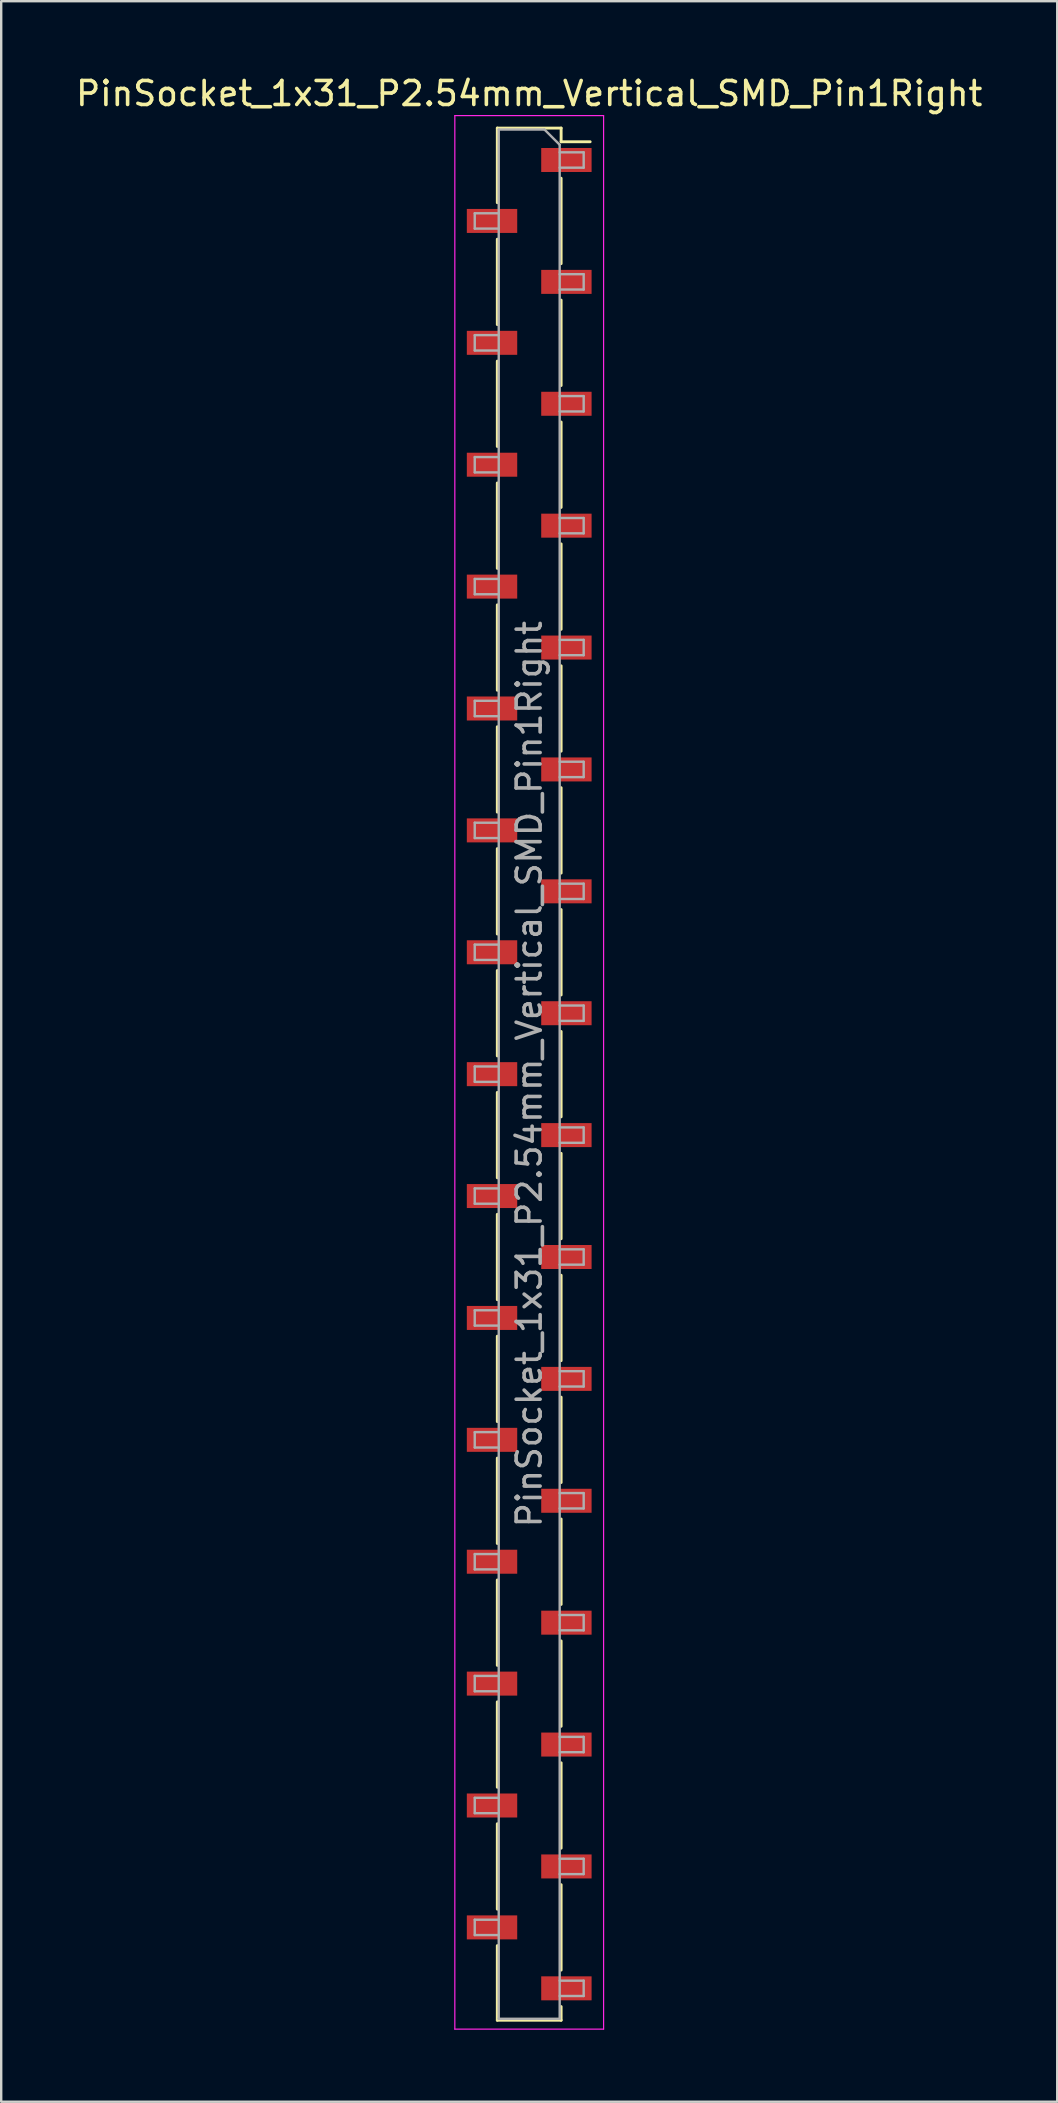
<source format=kicad_pcb>
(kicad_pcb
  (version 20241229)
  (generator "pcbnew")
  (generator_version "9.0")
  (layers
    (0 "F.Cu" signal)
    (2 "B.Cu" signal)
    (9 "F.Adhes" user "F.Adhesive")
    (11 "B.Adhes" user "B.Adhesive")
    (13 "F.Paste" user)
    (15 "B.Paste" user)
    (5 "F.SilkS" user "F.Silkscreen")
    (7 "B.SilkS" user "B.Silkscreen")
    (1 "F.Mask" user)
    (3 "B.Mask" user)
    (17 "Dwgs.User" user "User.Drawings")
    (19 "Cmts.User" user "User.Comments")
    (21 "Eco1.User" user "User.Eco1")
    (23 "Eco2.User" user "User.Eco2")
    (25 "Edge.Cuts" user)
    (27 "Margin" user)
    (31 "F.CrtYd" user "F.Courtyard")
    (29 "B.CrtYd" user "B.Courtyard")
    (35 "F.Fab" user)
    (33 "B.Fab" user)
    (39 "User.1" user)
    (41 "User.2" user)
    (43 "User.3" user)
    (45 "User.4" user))
  (footprint "PinSocket_1x31_P2.54mm_Vertical_SMD_Pin1Right"
    (layer "F.Cu")
    (at 19.006 41.718)
    (property "Reference" "PinSocket_1x31_P2.54mm_Vertical_SMD_Pin1Right" (at 0 -40.87 0) (layer "F.SilkS") (effects (font (size 1 1) (thickness 0.15))))
    (attr smd)
    (fp_line (start -1.33 -39.43) (end -1.33 -36.32) (stroke (width 0.12) (type solid)) (layer "F.SilkS"))
    (fp_line (start -1.33 -39.43) (end 1.33 -39.43) (stroke (width 0.12) (type solid)) (layer "F.SilkS"))
    (fp_line (start -1.33 -34.8) (end -1.33 -31.24) (stroke (width 0.12) (type solid)) (layer "F.SilkS"))
    (fp_line (start -1.33 -29.72) (end -1.33 -26.16) (stroke (width 0.12) (type solid)) (layer "F.SilkS"))
    (fp_line (start -1.33 -24.64) (end -1.33 -21.08) (stroke (width 0.12) (type solid)) (layer "F.SilkS"))
    (fp_line (start -1.33 -19.56) (end -1.33 -16) (stroke (width 0.12) (type solid)) (layer "F.SilkS"))
    (fp_line (start -1.33 -14.48) (end -1.33 -10.92) (stroke (width 0.12) (type solid)) (layer "F.SilkS"))
    (fp_line (start -1.33 -9.4) (end -1.33 -5.84) (stroke (width 0.12) (type solid)) (layer "F.SilkS"))
    (fp_line (start -1.33 -4.32) (end -1.33 -0.76) (stroke (width 0.12) (type solid)) (layer "F.SilkS"))
    (fp_line (start -1.33 0.76) (end -1.33 4.32) (stroke (width 0.12) (type solid)) (layer "F.SilkS"))
    (fp_line (start -1.33 5.84) (end -1.33 9.4) (stroke (width 0.12) (type solid)) (layer "F.SilkS"))
    (fp_line (start -1.33 10.92) (end -1.33 14.48) (stroke (width 0.12) (type solid)) (layer "F.SilkS"))
    (fp_line (start -1.33 16) (end -1.33 19.56) (stroke (width 0.12) (type solid)) (layer "F.SilkS"))
    (fp_line (start -1.33 21.08) (end -1.33 24.64) (stroke (width 0.12) (type solid)) (layer "F.SilkS"))
    (fp_line (start -1.33 26.16) (end -1.33 29.72) (stroke (width 0.12) (type solid)) (layer "F.SilkS"))
    (fp_line (start -1.33 31.24) (end -1.33 34.8) (stroke (width 0.12) (type solid)) (layer "F.SilkS"))
    (fp_line (start -1.33 36.32) (end -1.33 39.43) (stroke (width 0.12) (type solid)) (layer "F.SilkS"))
    (fp_line (start -1.33 39.43) (end 1.33 39.43) (stroke (width 0.12) (type solid)) (layer "F.SilkS"))
    (fp_line (start 1.33 -39.43) (end 1.33 -38.86) (stroke (width 0.12) (type solid)) (layer "F.SilkS"))
    (fp_line (start 1.33 -38.86) (end 2.54 -38.86) (stroke (width 0.12) (type solid)) (layer "F.SilkS"))
    (fp_line (start 1.33 -37.34) (end 1.33 -33.78) (stroke (width 0.12) (type solid)) (layer "F.SilkS"))
    (fp_line (start 1.33 -32.26) (end 1.33 -28.7) (stroke (width 0.12) (type solid)) (layer "F.SilkS"))
    (fp_line (start 1.33 -27.18) (end 1.33 -23.62) (stroke (width 0.12) (type solid)) (layer "F.SilkS"))
    (fp_line (start 1.33 -22.1) (end 1.33 -18.54) (stroke (width 0.12) (type solid)) (layer "F.SilkS"))
    (fp_line (start 1.33 -17.02) (end 1.33 -13.46) (stroke (width 0.12) (type solid)) (layer "F.SilkS"))
    (fp_line (start 1.33 -11.94) (end 1.33 -8.38) (stroke (width 0.12) (type solid)) (layer "F.SilkS"))
    (fp_line (start 1.33 -6.86) (end 1.33 -3.3) (stroke (width 0.12) (type solid)) (layer "F.SilkS"))
    (fp_line (start 1.33 -1.78) (end 1.33 1.78) (stroke (width 0.12) (type solid)) (layer "F.SilkS"))
    (fp_line (start 1.33 3.3) (end 1.33 6.86) (stroke (width 0.12) (type solid)) (layer "F.SilkS"))
    (fp_line (start 1.33 8.38) (end 1.33 11.94) (stroke (width 0.12) (type solid)) (layer "F.SilkS"))
    (fp_line (start 1.33 13.46) (end 1.33 17.02) (stroke (width 0.12) (type solid)) (layer "F.SilkS"))
    (fp_line (start 1.33 18.54) (end 1.33 22.1) (stroke (width 0.12) (type solid)) (layer "F.SilkS"))
    (fp_line (start 1.33 23.62) (end 1.33 27.18) (stroke (width 0.12) (type solid)) (layer "F.SilkS"))
    (fp_line (start 1.33 28.7) (end 1.33 32.26) (stroke (width 0.12) (type solid)) (layer "F.SilkS"))
    (fp_line (start 1.33 33.78) (end 1.33 37.34) (stroke (width 0.12) (type solid)) (layer "F.SilkS"))
    (fp_line (start 1.33 38.86) (end 1.33 39.43) (stroke (width 0.12) (type solid)) (layer "F.SilkS"))
    (fp_line (start -3.1 -39.95) (end 3.1 -39.95) (stroke (width 0.05) (type solid)) (layer "F.CrtYd"))
    (fp_line (start -3.1 39.8) (end -3.1 -39.95) (stroke (width 0.05) (type solid)) (layer "F.CrtYd"))
    (fp_line (start 3.1 -39.95) (end 3.1 39.8) (stroke (width 0.05) (type solid)) (layer "F.CrtYd"))
    (fp_line (start 3.1 39.8) (end -3.1 39.8) (stroke (width 0.05) (type solid)) (layer "F.CrtYd"))
    (fp_line (start -2.27 -35.88) (end -1.27 -35.88) (stroke (width 0.1) (type solid)) (layer "F.Fab"))
    (fp_line (start -2.27 -35.24) (end -2.27 -35.88) (stroke (width 0.1) (type solid)) (layer "F.Fab"))
    (fp_line (start -2.27 -30.8) (end -1.27 -30.8) (stroke (width 0.1) (type solid)) (layer "F.Fab"))
    (fp_line (start -2.27 -30.16) (end -2.27 -30.8) (stroke (width 0.1) (type solid)) (layer "F.Fab"))
    (fp_line (start -2.27 -25.72) (end -1.27 -25.72) (stroke (width 0.1) (type solid)) (layer "F.Fab"))
    (fp_line (start -2.27 -25.08) (end -2.27 -25.72) (stroke (width 0.1) (type solid)) (layer "F.Fab"))
    (fp_line (start -2.27 -20.64) (end -1.27 -20.64) (stroke (width 0.1) (type solid)) (layer "F.Fab"))
    (fp_line (start -2.27 -20) (end -2.27 -20.64) (stroke (width 0.1) (type solid)) (layer "F.Fab"))
    (fp_line (start -2.27 -15.56) (end -1.27 -15.56) (stroke (width 0.1) (type solid)) (layer "F.Fab"))
    (fp_line (start -2.27 -14.92) (end -2.27 -15.56) (stroke (width 0.1) (type solid)) (layer "F.Fab"))
    (fp_line (start -2.27 -10.48) (end -1.27 -10.48) (stroke (width 0.1) (type solid)) (layer "F.Fab"))
    (fp_line (start -2.27 -9.84) (end -2.27 -10.48) (stroke (width 0.1) (type solid)) (layer "F.Fab"))
    (fp_line (start -2.27 -5.4) (end -1.27 -5.4) (stroke (width 0.1) (type solid)) (layer "F.Fab"))
    (fp_line (start -2.27 -4.76) (end -2.27 -5.4) (stroke (width 0.1) (type solid)) (layer "F.Fab"))
    (fp_line (start -2.27 -0.32) (end -1.27 -0.32) (stroke (width 0.1) (type solid)) (layer "F.Fab"))
    (fp_line (start -2.27 0.32) (end -2.27 -0.32) (stroke (width 0.1) (type solid)) (layer "F.Fab"))
    (fp_line (start -2.27 4.76) (end -1.27 4.76) (stroke (width 0.1) (type solid)) (layer "F.Fab"))
    (fp_line (start -2.27 5.4) (end -2.27 4.76) (stroke (width 0.1) (type solid)) (layer "F.Fab"))
    (fp_line (start -2.27 9.84) (end -1.27 9.84) (stroke (width 0.1) (type solid)) (layer "F.Fab"))
    (fp_line (start -2.27 10.48) (end -2.27 9.84) (stroke (width 0.1) (type solid)) (layer "F.Fab"))
    (fp_line (start -2.27 14.92) (end -1.27 14.92) (stroke (width 0.1) (type solid)) (layer "F.Fab"))
    (fp_line (start -2.27 15.56) (end -2.27 14.92) (stroke (width 0.1) (type solid)) (layer "F.Fab"))
    (fp_line (start -2.27 20) (end -1.27 20) (stroke (width 0.1) (type solid)) (layer "F.Fab"))
    (fp_line (start -2.27 20.64) (end -2.27 20) (stroke (width 0.1) (type solid)) (layer "F.Fab"))
    (fp_line (start -2.27 25.08) (end -1.27 25.08) (stroke (width 0.1) (type solid)) (layer "F.Fab"))
    (fp_line (start -2.27 25.72) (end -2.27 25.08) (stroke (width 0.1) (type solid)) (layer "F.Fab"))
    (fp_line (start -2.27 30.16) (end -1.27 30.16) (stroke (width 0.1) (type solid)) (layer "F.Fab"))
    (fp_line (start -2.27 30.8) (end -2.27 30.16) (stroke (width 0.1) (type solid)) (layer "F.Fab"))
    (fp_line (start -2.27 35.24) (end -1.27 35.24) (stroke (width 0.1) (type solid)) (layer "F.Fab"))
    (fp_line (start -2.27 35.88) (end -2.27 35.24) (stroke (width 0.1) (type solid)) (layer "F.Fab"))
    (fp_line (start -1.27 -39.37) (end 0.635 -39.37) (stroke (width 0.1) (type solid)) (layer "F.Fab"))
    (fp_line (start -1.27 -35.24) (end -2.27 -35.24) (stroke (width 0.1) (type solid)) (layer "F.Fab"))
    (fp_line (start -1.27 -30.16) (end -2.27 -30.16) (stroke (width 0.1) (type solid)) (layer "F.Fab"))
    (fp_line (start -1.27 -25.08) (end -2.27 -25.08) (stroke (width 0.1) (type solid)) (layer "F.Fab"))
    (fp_line (start -1.27 -20) (end -2.27 -20) (stroke (width 0.1) (type solid)) (layer "F.Fab"))
    (fp_line (start -1.27 -14.92) (end -2.27 -14.92) (stroke (width 0.1) (type solid)) (layer "F.Fab"))
    (fp_line (start -1.27 -9.84) (end -2.27 -9.84) (stroke (width 0.1) (type solid)) (layer "F.Fab"))
    (fp_line (start -1.27 -4.76) (end -2.27 -4.76) (stroke (width 0.1) (type solid)) (layer "F.Fab"))
    (fp_line (start -1.27 0.32) (end -2.27 0.32) (stroke (width 0.1) (type solid)) (layer "F.Fab"))
    (fp_line (start -1.27 5.4) (end -2.27 5.4) (stroke (width 0.1) (type solid)) (layer "F.Fab"))
    (fp_line (start -1.27 10.48) (end -2.27 10.48) (stroke (width 0.1) (type solid)) (layer "F.Fab"))
    (fp_line (start -1.27 15.56) (end -2.27 15.56) (stroke (width 0.1) (type solid)) (layer "F.Fab"))
    (fp_line (start -1.27 20.64) (end -2.27 20.64) (stroke (width 0.1) (type solid)) (layer "F.Fab"))
    (fp_line (start -1.27 25.72) (end -2.27 25.72) (stroke (width 0.1) (type solid)) (layer "F.Fab"))
    (fp_line (start -1.27 30.8) (end -2.27 30.8) (stroke (width 0.1) (type solid)) (layer "F.Fab"))
    (fp_line (start -1.27 35.88) (end -2.27 35.88) (stroke (width 0.1) (type solid)) (layer "F.Fab"))
    (fp_line (start -1.27 39.37) (end -1.27 -39.37) (stroke (width 0.1) (type solid)) (layer "F.Fab"))
    (fp_line (start 0.635 -39.37) (end 1.27 -38.735) (stroke (width 0.1) (type solid)) (layer "F.Fab"))
    (fp_line (start 1.27 -38.735) (end 1.27 39.37) (stroke (width 0.1) (type solid)) (layer "F.Fab"))
    (fp_line (start 1.27 -38.42) (end 2.27 -38.42) (stroke (width 0.1) (type solid)) (layer "F.Fab"))
    (fp_line (start 1.27 -33.34) (end 2.27 -33.34) (stroke (width 0.1) (type solid)) (layer "F.Fab"))
    (fp_line (start 1.27 -28.26) (end 2.27 -28.26) (stroke (width 0.1) (type solid)) (layer "F.Fab"))
    (fp_line (start 1.27 -23.18) (end 2.27 -23.18) (stroke (width 0.1) (type solid)) (layer "F.Fab"))
    (fp_line (start 1.27 -18.1) (end 2.27 -18.1) (stroke (width 0.1) (type solid)) (layer "F.Fab"))
    (fp_line (start 1.27 -13.02) (end 2.27 -13.02) (stroke (width 0.1) (type solid)) (layer "F.Fab"))
    (fp_line (start 1.27 -7.94) (end 2.27 -7.94) (stroke (width 0.1) (type solid)) (layer "F.Fab"))
    (fp_line (start 1.27 -2.86) (end 2.27 -2.86) (stroke (width 0.1) (type solid)) (layer "F.Fab"))
    (fp_line (start 1.27 2.22) (end 2.27 2.22) (stroke (width 0.1) (type solid)) (layer "F.Fab"))
    (fp_line (start 1.27 7.3) (end 2.27 7.3) (stroke (width 0.1) (type solid)) (layer "F.Fab"))
    (fp_line (start 1.27 12.38) (end 2.27 12.38) (stroke (width 0.1) (type solid)) (layer "F.Fab"))
    (fp_line (start 1.27 17.46) (end 2.27 17.46) (stroke (width 0.1) (type solid)) (layer "F.Fab"))
    (fp_line (start 1.27 22.54) (end 2.27 22.54) (stroke (width 0.1) (type solid)) (layer "F.Fab"))
    (fp_line (start 1.27 27.62) (end 2.27 27.62) (stroke (width 0.1) (type solid)) (layer "F.Fab"))
    (fp_line (start 1.27 32.7) (end 2.27 32.7) (stroke (width 0.1) (type solid)) (layer "F.Fab"))
    (fp_line (start 1.27 37.78) (end 2.27 37.78) (stroke (width 0.1) (type solid)) (layer "F.Fab"))
    (fp_line (start 1.27 39.37) (end -1.27 39.37) (stroke (width 0.1) (type solid)) (layer "F.Fab"))
    (fp_line (start 2.27 -38.42) (end 2.27 -37.78) (stroke (width 0.1) (type solid)) (layer "F.Fab"))
    (fp_line (start 2.27 -37.78) (end 1.27 -37.78) (stroke (width 0.1) (type solid)) (layer "F.Fab"))
    (fp_line (start 2.27 -33.34) (end 2.27 -32.7) (stroke (width 0.1) (type solid)) (layer "F.Fab"))
    (fp_line (start 2.27 -32.7) (end 1.27 -32.7) (stroke (width 0.1) (type solid)) (layer "F.Fab"))
    (fp_line (start 2.27 -28.26) (end 2.27 -27.62) (stroke (width 0.1) (type solid)) (layer "F.Fab"))
    (fp_line (start 2.27 -27.62) (end 1.27 -27.62) (stroke (width 0.1) (type solid)) (layer "F.Fab"))
    (fp_line (start 2.27 -23.18) (end 2.27 -22.54) (stroke (width 0.1) (type solid)) (layer "F.Fab"))
    (fp_line (start 2.27 -22.54) (end 1.27 -22.54) (stroke (width 0.1) (type solid)) (layer "F.Fab"))
    (fp_line (start 2.27 -18.1) (end 2.27 -17.46) (stroke (width 0.1) (type solid)) (layer "F.Fab"))
    (fp_line (start 2.27 -17.46) (end 1.27 -17.46) (stroke (width 0.1) (type solid)) (layer "F.Fab"))
    (fp_line (start 2.27 -13.02) (end 2.27 -12.38) (stroke (width 0.1) (type solid)) (layer "F.Fab"))
    (fp_line (start 2.27 -12.38) (end 1.27 -12.38) (stroke (width 0.1) (type solid)) (layer "F.Fab"))
    (fp_line (start 2.27 -7.94) (end 2.27 -7.3) (stroke (width 0.1) (type solid)) (layer "F.Fab"))
    (fp_line (start 2.27 -7.3) (end 1.27 -7.3) (stroke (width 0.1) (type solid)) (layer "F.Fab"))
    (fp_line (start 2.27 -2.86) (end 2.27 -2.22) (stroke (width 0.1) (type solid)) (layer "F.Fab"))
    (fp_line (start 2.27 -2.22) (end 1.27 -2.22) (stroke (width 0.1) (type solid)) (layer "F.Fab"))
    (fp_line (start 2.27 2.22) (end 2.27 2.86) (stroke (width 0.1) (type solid)) (layer "F.Fab"))
    (fp_line (start 2.27 2.86) (end 1.27 2.86) (stroke (width 0.1) (type solid)) (layer "F.Fab"))
    (fp_line (start 2.27 7.3) (end 2.27 7.94) (stroke (width 0.1) (type solid)) (layer "F.Fab"))
    (fp_line (start 2.27 7.94) (end 1.27 7.94) (stroke (width 0.1) (type solid)) (layer "F.Fab"))
    (fp_line (start 2.27 12.38) (end 2.27 13.02) (stroke (width 0.1) (type solid)) (layer "F.Fab"))
    (fp_line (start 2.27 13.02) (end 1.27 13.02) (stroke (width 0.1) (type solid)) (layer "F.Fab"))
    (fp_line (start 2.27 17.46) (end 2.27 18.1) (stroke (width 0.1) (type solid)) (layer "F.Fab"))
    (fp_line (start 2.27 18.1) (end 1.27 18.1) (stroke (width 0.1) (type solid)) (layer "F.Fab"))
    (fp_line (start 2.27 22.54) (end 2.27 23.18) (stroke (width 0.1) (type solid)) (layer "F.Fab"))
    (fp_line (start 2.27 23.18) (end 1.27 23.18) (stroke (width 0.1) (type solid)) (layer "F.Fab"))
    (fp_line (start 2.27 27.62) (end 2.27 28.26) (stroke (width 0.1) (type solid)) (layer "F.Fab"))
    (fp_line (start 2.27 28.26) (end 1.27 28.26) (stroke (width 0.1) (type solid)) (layer "F.Fab"))
    (fp_line (start 2.27 32.7) (end 2.27 33.34) (stroke (width 0.1) (type solid)) (layer "F.Fab"))
    (fp_line (start 2.27 33.34) (end 1.27 33.34) (stroke (width 0.1) (type solid)) (layer "F.Fab"))
    (fp_line (start 2.27 37.78) (end 2.27 38.42) (stroke (width 0.1) (type solid)) (layer "F.Fab"))
    (fp_line (start 2.27 38.42) (end 1.27 38.42) (stroke (width 0.1) (type solid)) (layer "F.Fab"))
    (fp_text user "${REFERENCE}" (at 0 0 90) (layer "F.Fab") (effects (font (size 1 1) (thickness 0.15))))
    (pad "1" smd rect (at 1.55 -38.1) (size 2.1 1) (layers "F.Cu" "F.Mask" "F.Paste"))
    (pad "2" smd rect (at -1.55 -35.56) (size 2.1 1) (layers "F.Cu" "F.Mask" "F.Paste"))
    (pad "3" smd rect (at 1.55 -33.02) (size 2.1 1) (layers "F.Cu" "F.Mask" "F.Paste"))
    (pad "4" smd rect (at -1.55 -30.48) (size 2.1 1) (layers "F.Cu" "F.Mask" "F.Paste"))
    (pad "5" smd rect (at 1.55 -27.94) (size 2.1 1) (layers "F.Cu" "F.Mask" "F.Paste"))
    (pad "6" smd rect (at -1.55 -25.4) (size 2.1 1) (layers "F.Cu" "F.Mask" "F.Paste"))
    (pad "7" smd rect (at 1.55 -22.86) (size 2.1 1) (layers "F.Cu" "F.Mask" "F.Paste"))
    (pad "8" smd rect (at -1.55 -20.32) (size 2.1 1) (layers "F.Cu" "F.Mask" "F.Paste"))
    (pad "9" smd rect (at 1.55 -17.78) (size 2.1 1) (layers "F.Cu" "F.Mask" "F.Paste"))
    (pad "10" smd rect (at -1.55 -15.24) (size 2.1 1) (layers "F.Cu" "F.Mask" "F.Paste"))
    (pad "11" smd rect (at 1.55 -12.7) (size 2.1 1) (layers "F.Cu" "F.Mask" "F.Paste"))
    (pad "12" smd rect (at -1.55 -10.16) (size 2.1 1) (layers "F.Cu" "F.Mask" "F.Paste"))
    (pad "13" smd rect (at 1.55 -7.62) (size 2.1 1) (layers "F.Cu" "F.Mask" "F.Paste"))
    (pad "14" smd rect (at -1.55 -5.08) (size 2.1 1) (layers "F.Cu" "F.Mask" "F.Paste"))
    (pad "15" smd rect (at 1.55 -2.54) (size 2.1 1) (layers "F.Cu" "F.Mask" "F.Paste"))
    (pad "16" smd rect (at -1.55 0) (size 2.1 1) (layers "F.Cu" "F.Mask" "F.Paste"))
    (pad "17" smd rect (at 1.55 2.54) (size 2.1 1) (layers "F.Cu" "F.Mask" "F.Paste"))
    (pad "18" smd rect (at -1.55 5.08) (size 2.1 1) (layers "F.Cu" "F.Mask" "F.Paste"))
    (pad "19" smd rect (at 1.55 7.62) (size 2.1 1) (layers "F.Cu" "F.Mask" "F.Paste"))
    (pad "20" smd rect (at -1.55 10.16) (size 2.1 1) (layers "F.Cu" "F.Mask" "F.Paste"))
    (pad "21" smd rect (at 1.55 12.7) (size 2.1 1) (layers "F.Cu" "F.Mask" "F.Paste"))
    (pad "22" smd rect (at -1.55 15.24) (size 2.1 1) (layers "F.Cu" "F.Mask" "F.Paste"))
    (pad "23" smd rect (at 1.55 17.78) (size 2.1 1) (layers "F.Cu" "F.Mask" "F.Paste"))
    (pad "24" smd rect (at -1.55 20.32) (size 2.1 1) (layers "F.Cu" "F.Mask" "F.Paste"))
    (pad "25" smd rect (at 1.55 22.86) (size 2.1 1) (layers "F.Cu" "F.Mask" "F.Paste"))
    (pad "26" smd rect (at -1.55 25.4) (size 2.1 1) (layers "F.Cu" "F.Mask" "F.Paste"))
    (pad "27" smd rect (at 1.55 27.94) (size 2.1 1) (layers "F.Cu" "F.Mask" "F.Paste"))
    (pad "28" smd rect (at -1.55 30.48) (size 2.1 1) (layers "F.Cu" "F.Mask" "F.Paste"))
    (pad "29" smd rect (at 1.55 33.02) (size 2.1 1) (layers "F.Cu" "F.Mask" "F.Paste"))
    (pad "30" smd rect (at -1.55 35.56) (size 2.1 1) (layers "F.Cu" "F.Mask" "F.Paste"))
    (pad "31" smd rect (at 1.55 38.1) (size 2.1 1) (layers "F.Cu" "F.Mask" "F.Paste")))
  (gr_rect
    (start -3 -3)
    (end 41.012 84.543)
    (stroke (width 0.1) (type default))
    (fill no)
    (layer "Edge.Cuts")))
</source>
